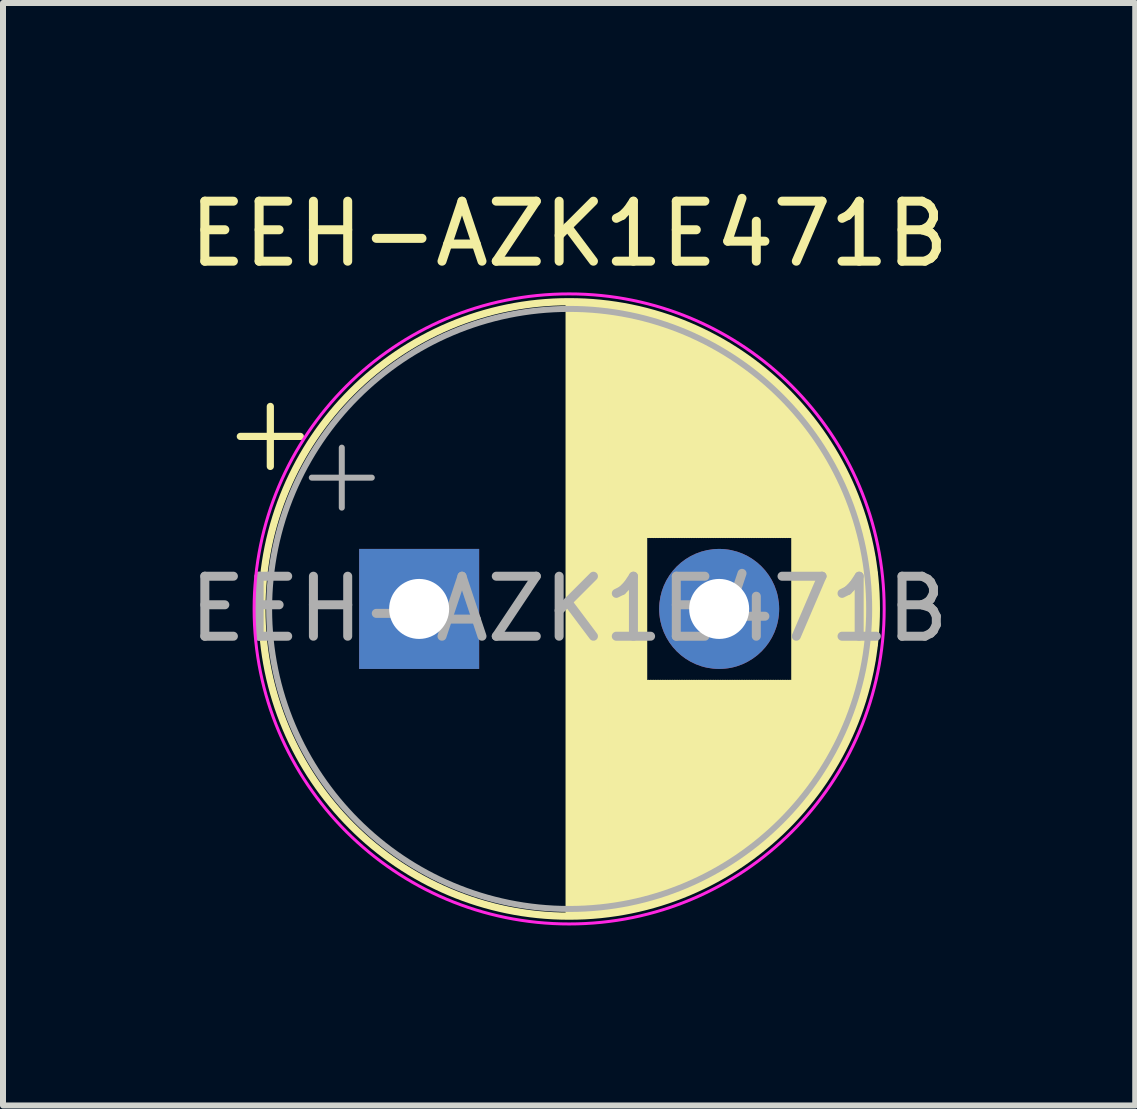
<source format=kicad_pcb>
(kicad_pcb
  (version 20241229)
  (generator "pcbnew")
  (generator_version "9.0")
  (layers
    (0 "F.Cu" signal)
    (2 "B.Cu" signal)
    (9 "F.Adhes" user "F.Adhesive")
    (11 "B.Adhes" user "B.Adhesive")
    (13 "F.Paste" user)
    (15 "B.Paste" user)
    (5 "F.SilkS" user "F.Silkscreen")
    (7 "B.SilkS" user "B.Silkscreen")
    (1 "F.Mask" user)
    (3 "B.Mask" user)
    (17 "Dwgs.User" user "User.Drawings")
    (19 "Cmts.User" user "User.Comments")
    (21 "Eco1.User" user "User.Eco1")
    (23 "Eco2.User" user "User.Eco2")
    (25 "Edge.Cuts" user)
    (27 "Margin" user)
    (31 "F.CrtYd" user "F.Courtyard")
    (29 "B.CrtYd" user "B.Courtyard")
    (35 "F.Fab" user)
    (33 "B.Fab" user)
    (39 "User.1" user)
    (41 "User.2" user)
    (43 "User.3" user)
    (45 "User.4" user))
  (footprint "EEH-AZK1E471B"
    (layer "F.Cu")
    (at 3.935 7.098)
    (property "Reference" "EEH-AZK1E471B" (at 2.5 -6.25 0) (layer "F.SilkS") (effects (font (size 1 1) (thickness 0.15))))
    (attr through_hole)
    (fp_line (start -2.98 -2.875) (end -1.98 -2.875) (stroke (width 0.12) (type solid)) (layer "F.SilkS"))
    (fp_line (start -2.48 -3.375) (end -2.48 -2.375) (stroke (width 0.12) (type solid)) (layer "F.SilkS"))
    (fp_line (start 2.5 -5.08) (end 2.5 5.08) (stroke (width 0.12) (type solid)) (layer "F.SilkS"))
    (fp_line (start 2.54 -5.08) (end 2.54 5.08) (stroke (width 0.12) (type solid)) (layer "F.SilkS"))
    (fp_line (start 2.58 -5.08) (end 2.58 5.08) (stroke (width 0.12) (type solid)) (layer "F.SilkS"))
    (fp_line (start 2.62 -5.079) (end 2.62 5.079) (stroke (width 0.12) (type solid)) (layer "F.SilkS"))
    (fp_line (start 2.66 -5.078) (end 2.66 5.078) (stroke (width 0.12) (type solid)) (layer "F.SilkS"))
    (fp_line (start 2.7 -5.077) (end 2.7 5.077) (stroke (width 0.12) (type solid)) (layer "F.SilkS"))
    (fp_line (start 2.74 -5.075) (end 2.74 5.075) (stroke (width 0.12) (type solid)) (layer "F.SilkS"))
    (fp_line (start 2.78 -5.073) (end 2.78 5.073) (stroke (width 0.12) (type solid)) (layer "F.SilkS"))
    (fp_line (start 2.82 -5.07) (end 2.82 5.07) (stroke (width 0.12) (type solid)) (layer "F.SilkS"))
    (fp_line (start 2.86 -5.068) (end 2.86 5.068) (stroke (width 0.12) (type solid)) (layer "F.SilkS"))
    (fp_line (start 2.9 -5.065) (end 2.9 5.065) (stroke (width 0.12) (type solid)) (layer "F.SilkS"))
    (fp_line (start 2.94 -5.062) (end 2.94 5.062) (stroke (width 0.12) (type solid)) (layer "F.SilkS"))
    (fp_line (start 2.98 -5.058) (end 2.98 5.058) (stroke (width 0.12) (type solid)) (layer "F.SilkS"))
    (fp_line (start 3.02 -5.054) (end 3.02 5.054) (stroke (width 0.12) (type solid)) (layer "F.SilkS"))
    (fp_line (start 3.06 -5.05) (end 3.06 5.05) (stroke (width 0.12) (type solid)) (layer "F.SilkS"))
    (fp_line (start 3.1 -5.045) (end 3.1 5.045) (stroke (width 0.12) (type solid)) (layer "F.SilkS"))
    (fp_line (start 3.14 -5.04) (end 3.14 5.04) (stroke (width 0.12) (type solid)) (layer "F.SilkS"))
    (fp_line (start 3.18 -5.035) (end 3.18 5.035) (stroke (width 0.12) (type solid)) (layer "F.SilkS"))
    (fp_line (start 3.221 -5.03) (end 3.221 5.03) (stroke (width 0.12) (type solid)) (layer "F.SilkS"))
    (fp_line (start 3.261 -5.024) (end 3.261 5.024) (stroke (width 0.12) (type solid)) (layer "F.SilkS"))
    (fp_line (start 3.301 -5.018) (end 3.301 5.018) (stroke (width 0.12) (type solid)) (layer "F.SilkS"))
    (fp_line (start 3.341 -5.011) (end 3.341 5.011) (stroke (width 0.12) (type solid)) (layer "F.SilkS"))
    (fp_line (start 3.381 -5.004) (end 3.381 5.004) (stroke (width 0.12) (type solid)) (layer "F.SilkS"))
    (fp_line (start 3.421 -4.997) (end 3.421 4.997) (stroke (width 0.12) (type solid)) (layer "F.SilkS"))
    (fp_line (start 3.461 -4.99) (end 3.461 4.99) (stroke (width 0.12) (type solid)) (layer "F.SilkS"))
    (fp_line (start 3.501 -4.982) (end 3.501 4.982) (stroke (width 0.12) (type solid)) (layer "F.SilkS"))
    (fp_line (start 3.541 -4.974) (end 3.541 4.974) (stroke (width 0.12) (type solid)) (layer "F.SilkS"))
    (fp_line (start 3.581 -4.965) (end 3.581 4.965) (stroke (width 0.12) (type solid)) (layer "F.SilkS"))
    (fp_line (start 3.621 -4.956) (end 3.621 4.956) (stroke (width 0.12) (type solid)) (layer "F.SilkS"))
    (fp_line (start 3.661 -4.947) (end 3.661 4.947) (stroke (width 0.12) (type solid)) (layer "F.SilkS"))
    (fp_line (start 3.701 -4.938) (end 3.701 4.938) (stroke (width 0.12) (type solid)) (layer "F.SilkS"))
    (fp_line (start 3.741 -4.928) (end 3.741 4.928) (stroke (width 0.12) (type solid)) (layer "F.SilkS"))
    (fp_line (start 3.781 -4.918) (end 3.781 -1.241) (stroke (width 0.12) (type solid)) (layer "F.SilkS"))
    (fp_line (start 3.781 1.241) (end 3.781 4.918) (stroke (width 0.12) (type solid)) (layer "F.SilkS"))
    (fp_line (start 3.821 -4.907) (end 3.821 -1.241) (stroke (width 0.12) (type solid)) (layer "F.SilkS"))
    (fp_line (start 3.821 1.241) (end 3.821 4.907) (stroke (width 0.12) (type solid)) (layer "F.SilkS"))
    (fp_line (start 3.861 -4.897) (end 3.861 -1.241) (stroke (width 0.12) (type solid)) (layer "F.SilkS"))
    (fp_line (start 3.861 1.241) (end 3.861 4.897) (stroke (width 0.12) (type solid)) (layer "F.SilkS"))
    (fp_line (start 3.901 -4.885) (end 3.901 -1.241) (stroke (width 0.12) (type solid)) (layer "F.SilkS"))
    (fp_line (start 3.901 1.241) (end 3.901 4.885) (stroke (width 0.12) (type solid)) (layer "F.SilkS"))
    (fp_line (start 3.941 -4.874) (end 3.941 -1.241) (stroke (width 0.12) (type solid)) (layer "F.SilkS"))
    (fp_line (start 3.941 1.241) (end 3.941 4.874) (stroke (width 0.12) (type solid)) (layer "F.SilkS"))
    (fp_line (start 3.981 -4.862) (end 3.981 -1.241) (stroke (width 0.12) (type solid)) (layer "F.SilkS"))
    (fp_line (start 3.981 1.241) (end 3.981 4.862) (stroke (width 0.12) (type solid)) (layer "F.SilkS"))
    (fp_line (start 4.021 -4.85) (end 4.021 -1.241) (stroke (width 0.12) (type solid)) (layer "F.SilkS"))
    (fp_line (start 4.021 1.241) (end 4.021 4.85) (stroke (width 0.12) (type solid)) (layer "F.SilkS"))
    (fp_line (start 4.061 -4.837) (end 4.061 -1.241) (stroke (width 0.12) (type solid)) (layer "F.SilkS"))
    (fp_line (start 4.061 1.241) (end 4.061 4.837) (stroke (width 0.12) (type solid)) (layer "F.SilkS"))
    (fp_line (start 4.101 -4.824) (end 4.101 -1.241) (stroke (width 0.12) (type solid)) (layer "F.SilkS"))
    (fp_line (start 4.101 1.241) (end 4.101 4.824) (stroke (width 0.12) (type solid)) (layer "F.SilkS"))
    (fp_line (start 4.141 -4.811) (end 4.141 -1.241) (stroke (width 0.12) (type solid)) (layer "F.SilkS"))
    (fp_line (start 4.141 1.241) (end 4.141 4.811) (stroke (width 0.12) (type solid)) (layer "F.SilkS"))
    (fp_line (start 4.181 -4.797) (end 4.181 -1.241) (stroke (width 0.12) (type solid)) (layer "F.SilkS"))
    (fp_line (start 4.181 1.241) (end 4.181 4.797) (stroke (width 0.12) (type solid)) (layer "F.SilkS"))
    (fp_line (start 4.221 -4.783) (end 4.221 -1.241) (stroke (width 0.12) (type solid)) (layer "F.SilkS"))
    (fp_line (start 4.221 1.241) (end 4.221 4.783) (stroke (width 0.12) (type solid)) (layer "F.SilkS"))
    (fp_line (start 4.261 -4.768) (end 4.261 -1.241) (stroke (width 0.12) (type solid)) (layer "F.SilkS"))
    (fp_line (start 4.261 1.241) (end 4.261 4.768) (stroke (width 0.12) (type solid)) (layer "F.SilkS"))
    (fp_line (start 4.301 -4.754) (end 4.301 -1.241) (stroke (width 0.12) (type solid)) (layer "F.SilkS"))
    (fp_line (start 4.301 1.241) (end 4.301 4.754) (stroke (width 0.12) (type solid)) (layer "F.SilkS"))
    (fp_line (start 4.341 -4.738) (end 4.341 -1.241) (stroke (width 0.12) (type solid)) (layer "F.SilkS"))
    (fp_line (start 4.341 1.241) (end 4.341 4.738) (stroke (width 0.12) (type solid)) (layer "F.SilkS"))
    (fp_line (start 4.381 -4.723) (end 4.381 -1.241) (stroke (width 0.12) (type solid)) (layer "F.SilkS"))
    (fp_line (start 4.381 1.241) (end 4.381 4.723) (stroke (width 0.12) (type solid)) (layer "F.SilkS"))
    (fp_line (start 4.421 -4.707) (end 4.421 -1.241) (stroke (width 0.12) (type solid)) (layer "F.SilkS"))
    (fp_line (start 4.421 1.241) (end 4.421 4.707) (stroke (width 0.12) (type solid)) (layer "F.SilkS"))
    (fp_line (start 4.461 -4.69) (end 4.461 -1.241) (stroke (width 0.12) (type solid)) (layer "F.SilkS"))
    (fp_line (start 4.461 1.241) (end 4.461 4.69) (stroke (width 0.12) (type solid)) (layer "F.SilkS"))
    (fp_line (start 4.501 -4.674) (end 4.501 -1.241) (stroke (width 0.12) (type solid)) (layer "F.SilkS"))
    (fp_line (start 4.501 1.241) (end 4.501 4.674) (stroke (width 0.12) (type solid)) (layer "F.SilkS"))
    (fp_line (start 4.541 -4.657) (end 4.541 -1.241) (stroke (width 0.12) (type solid)) (layer "F.SilkS"))
    (fp_line (start 4.541 1.241) (end 4.541 4.657) (stroke (width 0.12) (type solid)) (layer "F.SilkS"))
    (fp_line (start 4.581 -4.639) (end 4.581 -1.241) (stroke (width 0.12) (type solid)) (layer "F.SilkS"))
    (fp_line (start 4.581 1.241) (end 4.581 4.639) (stroke (width 0.12) (type solid)) (layer "F.SilkS"))
    (fp_line (start 4.621 -4.621) (end 4.621 -1.241) (stroke (width 0.12) (type solid)) (layer "F.SilkS"))
    (fp_line (start 4.621 1.241) (end 4.621 4.621) (stroke (width 0.12) (type solid)) (layer "F.SilkS"))
    (fp_line (start 4.661 -4.603) (end 4.661 -1.241) (stroke (width 0.12) (type solid)) (layer "F.SilkS"))
    (fp_line (start 4.661 1.241) (end 4.661 4.603) (stroke (width 0.12) (type solid)) (layer "F.SilkS"))
    (fp_line (start 4.701 -4.584) (end 4.701 -1.241) (stroke (width 0.12) (type solid)) (layer "F.SilkS"))
    (fp_line (start 4.701 1.241) (end 4.701 4.584) (stroke (width 0.12) (type solid)) (layer "F.SilkS"))
    (fp_line (start 4.741 -4.564) (end 4.741 -1.241) (stroke (width 0.12) (type solid)) (layer "F.SilkS"))
    (fp_line (start 4.741 1.241) (end 4.741 4.564) (stroke (width 0.12) (type solid)) (layer "F.SilkS"))
    (fp_line (start 4.781 -4.545) (end 4.781 -1.241) (stroke (width 0.12) (type solid)) (layer "F.SilkS"))
    (fp_line (start 4.781 1.241) (end 4.781 4.545) (stroke (width 0.12) (type solid)) (layer "F.SilkS"))
    (fp_line (start 4.821 -4.525) (end 4.821 -1.241) (stroke (width 0.12) (type solid)) (layer "F.SilkS"))
    (fp_line (start 4.821 1.241) (end 4.821 4.525) (stroke (width 0.12) (type solid)) (layer "F.SilkS"))
    (fp_line (start 4.861 -4.504) (end 4.861 -1.241) (stroke (width 0.12) (type solid)) (layer "F.SilkS"))
    (fp_line (start 4.861 1.241) (end 4.861 4.504) (stroke (width 0.12) (type solid)) (layer "F.SilkS"))
    (fp_line (start 4.901 -4.483) (end 4.901 -1.241) (stroke (width 0.12) (type solid)) (layer "F.SilkS"))
    (fp_line (start 4.901 1.241) (end 4.901 4.483) (stroke (width 0.12) (type solid)) (layer "F.SilkS"))
    (fp_line (start 4.941 -4.462) (end 4.941 -1.241) (stroke (width 0.12) (type solid)) (layer "F.SilkS"))
    (fp_line (start 4.941 1.241) (end 4.941 4.462) (stroke (width 0.12) (type solid)) (layer "F.SilkS"))
    (fp_line (start 4.981 -4.44) (end 4.981 -1.241) (stroke (width 0.12) (type solid)) (layer "F.SilkS"))
    (fp_line (start 4.981 1.241) (end 4.981 4.44) (stroke (width 0.12) (type solid)) (layer "F.SilkS"))
    (fp_line (start 5.021 -4.417) (end 5.021 -1.241) (stroke (width 0.12) (type solid)) (layer "F.SilkS"))
    (fp_line (start 5.021 1.241) (end 5.021 4.417) (stroke (width 0.12) (type solid)) (layer "F.SilkS"))
    (fp_line (start 5.061 -4.395) (end 5.061 -1.241) (stroke (width 0.12) (type solid)) (layer "F.SilkS"))
    (fp_line (start 5.061 1.241) (end 5.061 4.395) (stroke (width 0.12) (type solid)) (layer "F.SilkS"))
    (fp_line (start 5.101 -4.371) (end 5.101 -1.241) (stroke (width 0.12) (type solid)) (layer "F.SilkS"))
    (fp_line (start 5.101 1.241) (end 5.101 4.371) (stroke (width 0.12) (type solid)) (layer "F.SilkS"))
    (fp_line (start 5.141 -4.347) (end 5.141 -1.241) (stroke (width 0.12) (type solid)) (layer "F.SilkS"))
    (fp_line (start 5.141 1.241) (end 5.141 4.347) (stroke (width 0.12) (type solid)) (layer "F.SilkS"))
    (fp_line (start 5.181 -4.323) (end 5.181 -1.241) (stroke (width 0.12) (type solid)) (layer "F.SilkS"))
    (fp_line (start 5.181 1.241) (end 5.181 4.323) (stroke (width 0.12) (type solid)) (layer "F.SilkS"))
    (fp_line (start 5.221 -4.298) (end 5.221 -1.241) (stroke (width 0.12) (type solid)) (layer "F.SilkS"))
    (fp_line (start 5.221 1.241) (end 5.221 4.298) (stroke (width 0.12) (type solid)) (layer "F.SilkS"))
    (fp_line (start 5.261 -4.273) (end 5.261 -1.241) (stroke (width 0.12) (type solid)) (layer "F.SilkS"))
    (fp_line (start 5.261 1.241) (end 5.261 4.273) (stroke (width 0.12) (type solid)) (layer "F.SilkS"))
    (fp_line (start 5.301 -4.247) (end 5.301 -1.241) (stroke (width 0.12) (type solid)) (layer "F.SilkS"))
    (fp_line (start 5.301 1.241) (end 5.301 4.247) (stroke (width 0.12) (type solid)) (layer "F.SilkS"))
    (fp_line (start 5.341 -4.221) (end 5.341 -1.241) (stroke (width 0.12) (type solid)) (layer "F.SilkS"))
    (fp_line (start 5.341 1.241) (end 5.341 4.221) (stroke (width 0.12) (type solid)) (layer "F.SilkS"))
    (fp_line (start 5.381 -4.194) (end 5.381 -1.241) (stroke (width 0.12) (type solid)) (layer "F.SilkS"))
    (fp_line (start 5.381 1.241) (end 5.381 4.194) (stroke (width 0.12) (type solid)) (layer "F.SilkS"))
    (fp_line (start 5.421 -4.166) (end 5.421 -1.241) (stroke (width 0.12) (type solid)) (layer "F.SilkS"))
    (fp_line (start 5.421 1.241) (end 5.421 4.166) (stroke (width 0.12) (type solid)) (layer "F.SilkS"))
    (fp_line (start 5.461 -4.138) (end 5.461 -1.241) (stroke (width 0.12) (type solid)) (layer "F.SilkS"))
    (fp_line (start 5.461 1.241) (end 5.461 4.138) (stroke (width 0.12) (type solid)) (layer "F.SilkS"))
    (fp_line (start 5.501 -4.11) (end 5.501 -1.241) (stroke (width 0.12) (type solid)) (layer "F.SilkS"))
    (fp_line (start 5.501 1.241) (end 5.501 4.11) (stroke (width 0.12) (type solid)) (layer "F.SilkS"))
    (fp_line (start 5.541 -4.08) (end 5.541 -1.241) (stroke (width 0.12) (type solid)) (layer "F.SilkS"))
    (fp_line (start 5.541 1.241) (end 5.541 4.08) (stroke (width 0.12) (type solid)) (layer "F.SilkS"))
    (fp_line (start 5.581 -4.05) (end 5.581 -1.241) (stroke (width 0.12) (type solid)) (layer "F.SilkS"))
    (fp_line (start 5.581 1.241) (end 5.581 4.05) (stroke (width 0.12) (type solid)) (layer "F.SilkS"))
    (fp_line (start 5.621 -4.02) (end 5.621 -1.241) (stroke (width 0.12) (type solid)) (layer "F.SilkS"))
    (fp_line (start 5.621 1.241) (end 5.621 4.02) (stroke (width 0.12) (type solid)) (layer "F.SilkS"))
    (fp_line (start 5.661 -3.989) (end 5.661 -1.241) (stroke (width 0.12) (type solid)) (layer "F.SilkS"))
    (fp_line (start 5.661 1.241) (end 5.661 3.989) (stroke (width 0.12) (type solid)) (layer "F.SilkS"))
    (fp_line (start 5.701 -3.957) (end 5.701 -1.241) (stroke (width 0.12) (type solid)) (layer "F.SilkS"))
    (fp_line (start 5.701 1.241) (end 5.701 3.957) (stroke (width 0.12) (type solid)) (layer "F.SilkS"))
    (fp_line (start 5.741 -3.925) (end 5.741 -1.241) (stroke (width 0.12) (type solid)) (layer "F.SilkS"))
    (fp_line (start 5.741 1.241) (end 5.741 3.925) (stroke (width 0.12) (type solid)) (layer "F.SilkS"))
    (fp_line (start 5.781 -3.892) (end 5.781 -1.241) (stroke (width 0.12) (type solid)) (layer "F.SilkS"))
    (fp_line (start 5.781 1.241) (end 5.781 3.892) (stroke (width 0.12) (type solid)) (layer "F.SilkS"))
    (fp_line (start 5.821 -3.858) (end 5.821 -1.241) (stroke (width 0.12) (type solid)) (layer "F.SilkS"))
    (fp_line (start 5.821 1.241) (end 5.821 3.858) (stroke (width 0.12) (type solid)) (layer "F.SilkS"))
    (fp_line (start 5.861 -3.824) (end 5.861 -1.241) (stroke (width 0.12) (type solid)) (layer "F.SilkS"))
    (fp_line (start 5.861 1.241) (end 5.861 3.824) (stroke (width 0.12) (type solid)) (layer "F.SilkS"))
    (fp_line (start 5.901 -3.789) (end 5.901 -1.241) (stroke (width 0.12) (type solid)) (layer "F.SilkS"))
    (fp_line (start 5.901 1.241) (end 5.901 3.789) (stroke (width 0.12) (type solid)) (layer "F.SilkS"))
    (fp_line (start 5.941 -3.753) (end 5.941 -1.241) (stroke (width 0.12) (type solid)) (layer "F.SilkS"))
    (fp_line (start 5.941 1.241) (end 5.941 3.753) (stroke (width 0.12) (type solid)) (layer "F.SilkS"))
    (fp_line (start 5.981 -3.716) (end 5.981 -1.241) (stroke (width 0.12) (type solid)) (layer "F.SilkS"))
    (fp_line (start 5.981 1.241) (end 5.981 3.716) (stroke (width 0.12) (type solid)) (layer "F.SilkS"))
    (fp_line (start 6.021 -3.679) (end 6.021 -1.241) (stroke (width 0.12) (type solid)) (layer "F.SilkS"))
    (fp_line (start 6.021 1.241) (end 6.021 3.679) (stroke (width 0.12) (type solid)) (layer "F.SilkS"))
    (fp_line (start 6.061 -3.64) (end 6.061 -1.241) (stroke (width 0.12) (type solid)) (layer "F.SilkS"))
    (fp_line (start 6.061 1.241) (end 6.061 3.64) (stroke (width 0.12) (type solid)) (layer "F.SilkS"))
    (fp_line (start 6.101 -3.601) (end 6.101 -1.241) (stroke (width 0.12) (type solid)) (layer "F.SilkS"))
    (fp_line (start 6.101 1.241) (end 6.101 3.601) (stroke (width 0.12) (type solid)) (layer "F.SilkS"))
    (fp_line (start 6.141 -3.561) (end 6.141 -1.241) (stroke (width 0.12) (type solid)) (layer "F.SilkS"))
    (fp_line (start 6.141 1.241) (end 6.141 3.561) (stroke (width 0.12) (type solid)) (layer "F.SilkS"))
    (fp_line (start 6.181 -3.52) (end 6.181 -1.241) (stroke (width 0.12) (type solid)) (layer "F.SilkS"))
    (fp_line (start 6.181 1.241) (end 6.181 3.52) (stroke (width 0.12) (type solid)) (layer "F.SilkS"))
    (fp_line (start 6.221 -3.478) (end 6.221 -1.241) (stroke (width 0.12) (type solid)) (layer "F.SilkS"))
    (fp_line (start 6.221 1.241) (end 6.221 3.478) (stroke (width 0.12) (type solid)) (layer "F.SilkS"))
    (fp_line (start 6.261 -3.436) (end 6.261 3.436) (stroke (width 0.12) (type solid)) (layer "F.SilkS"))
    (fp_line (start 6.301 -3.392) (end 6.301 3.392) (stroke (width 0.12) (type solid)) (layer "F.SilkS"))
    (fp_line (start 6.341 -3.347) (end 6.341 3.347) (stroke (width 0.12) (type solid)) (layer "F.SilkS"))
    (fp_line (start 6.381 -3.301) (end 6.381 3.301) (stroke (width 0.12) (type solid)) (layer "F.SilkS"))
    (fp_line (start 6.421 -3.254) (end 6.421 3.254) (stroke (width 0.12) (type solid)) (layer "F.SilkS"))
    (fp_line (start 6.461 -3.206) (end 6.461 3.206) (stroke (width 0.12) (type solid)) (layer "F.SilkS"))
    (fp_line (start 6.501 -3.156) (end 6.501 3.156) (stroke (width 0.12) (type solid)) (layer "F.SilkS"))
    (fp_line (start 6.541 -3.106) (end 6.541 3.106) (stroke (width 0.12) (type solid)) (layer "F.SilkS"))
    (fp_line (start 6.581 -3.054) (end 6.581 3.054) (stroke (width 0.12) (type solid)) (layer "F.SilkS"))
    (fp_line (start 6.621 -3) (end 6.621 3) (stroke (width 0.12) (type solid)) (layer "F.SilkS"))
    (fp_line (start 6.661 -2.945) (end 6.661 2.945) (stroke (width 0.12) (type solid)) (layer "F.SilkS"))
    (fp_line (start 6.701 -2.889) (end 6.701 2.889) (stroke (width 0.12) (type solid)) (layer "F.SilkS"))
    (fp_line (start 6.741 -2.83) (end 6.741 2.83) (stroke (width 0.12) (type solid)) (layer "F.SilkS"))
    (fp_line (start 6.781 -2.77) (end 6.781 2.77) (stroke (width 0.12) (type solid)) (layer "F.SilkS"))
    (fp_line (start 6.821 -2.709) (end 6.821 2.709) (stroke (width 0.12) (type solid)) (layer "F.SilkS"))
    (fp_line (start 6.861 -2.645) (end 6.861 2.645) (stroke (width 0.12) (type solid)) (layer "F.SilkS"))
    (fp_line (start 6.901 -2.579) (end 6.901 2.579) (stroke (width 0.12) (type solid)) (layer "F.SilkS"))
    (fp_line (start 6.941 -2.51) (end 6.941 2.51) (stroke (width 0.12) (type solid)) (layer "F.SilkS"))
    (fp_line (start 6.981 -2.439) (end 6.981 2.439) (stroke (width 0.12) (type solid)) (layer "F.SilkS"))
    (fp_line (start 7.021 -2.365) (end 7.021 2.365) (stroke (width 0.12) (type solid)) (layer "F.SilkS"))
    (fp_line (start 7.061 -2.289) (end 7.061 2.289) (stroke (width 0.12) (type solid)) (layer "F.SilkS"))
    (fp_line (start 7.101 -2.209) (end 7.101 2.209) (stroke (width 0.12) (type solid)) (layer "F.SilkS"))
    (fp_line (start 7.141 -2.125) (end 7.141 2.125) (stroke (width 0.12) (type solid)) (layer "F.SilkS"))
    (fp_line (start 7.181 -2.037) (end 7.181 2.037) (stroke (width 0.12) (type solid)) (layer "F.SilkS"))
    (fp_line (start 7.221 -1.944) (end 7.221 1.944) (stroke (width 0.12) (type solid)) (layer "F.SilkS"))
    (fp_line (start 7.261 -1.846) (end 7.261 1.846) (stroke (width 0.12) (type solid)) (layer "F.SilkS"))
    (fp_line (start 7.301 -1.742) (end 7.301 1.742) (stroke (width 0.12) (type solid)) (layer "F.SilkS"))
    (fp_line (start 7.341 -1.63) (end 7.341 1.63) (stroke (width 0.12) (type solid)) (layer "F.SilkS"))
    (fp_line (start 7.381 -1.51) (end 7.381 1.51) (stroke (width 0.12) (type solid)) (layer "F.SilkS"))
    (fp_line (start 7.421 -1.378) (end 7.421 1.378) (stroke (width 0.12) (type solid)) (layer "F.SilkS"))
    (fp_line (start 7.461 -1.23) (end 7.461 1.23) (stroke (width 0.12) (type solid)) (layer "F.SilkS"))
    (fp_line (start 7.501 -1.062) (end 7.501 1.062) (stroke (width 0.12) (type solid)) (layer "F.SilkS"))
    (fp_line (start 7.541 -0.862) (end 7.541 0.862) (stroke (width 0.12) (type solid)) (layer "F.SilkS"))
    (fp_line (start 7.581 -0.599) (end 7.581 0.599) (stroke (width 0.12) (type solid)) (layer "F.SilkS"))
    (fp_circle (center 2.5 0) (end 7.62 0) (stroke (width 0.12) (type solid)) (fill no) (layer "F.SilkS"))
    (fp_circle (center 2.5 0) (end 7.75 0) (stroke (width 0.05) (type solid)) (fill no) (layer "F.CrtYd"))
    (fp_line (start -1.789 -2.188) (end -0.789 -2.188) (stroke (width 0.1) (type solid)) (layer "F.Fab"))
    (fp_line (start -1.289 -2.688) (end -1.289 -1.688) (stroke (width 0.1) (type solid)) (layer "F.Fab"))
    (fp_circle (center 2.5 0) (end 7.5 0) (stroke (width 0.1) (type solid)) (fill no) (layer "F.Fab"))
    (fp_text user "${REFERENCE}" (at 2.5 0 0) (layer "F.Fab") (effects (font (size 1 1) (thickness 0.15))))
    (pad "1" thru_hole rect (at 0 0) (size 2 2) (drill 1) (layers "*.Cu" "*.Mask"))
    (pad "2" thru_hole circle (at 5 0) (size 2 2) (drill 1) (layers "*.Cu" "*.Mask")))
  (gr_rect
    (start -3 -3)
    (end 15.869 15.373)
    (stroke (width 0.1) (type default))
    (fill no)
    (layer "Edge.Cuts")))
</source>
